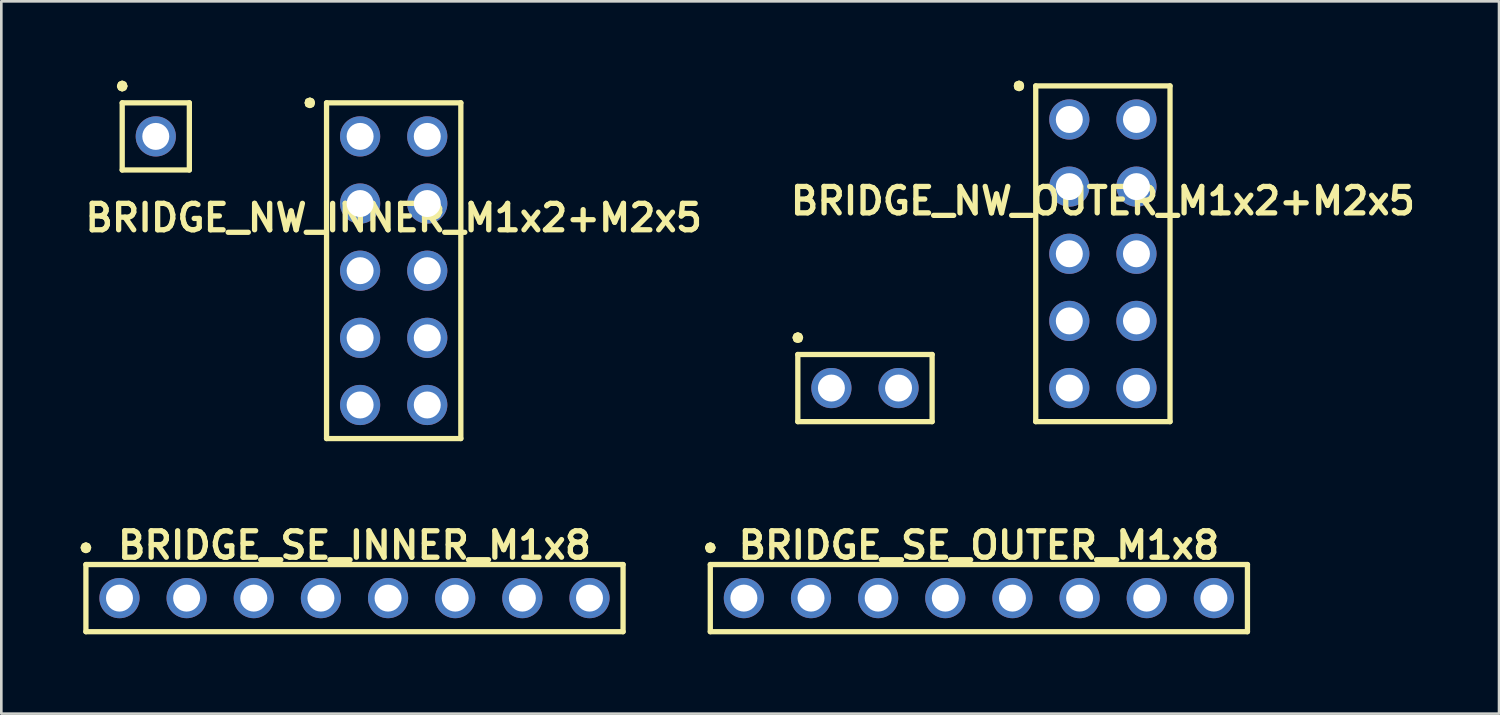
<source format=kicad_pcb>
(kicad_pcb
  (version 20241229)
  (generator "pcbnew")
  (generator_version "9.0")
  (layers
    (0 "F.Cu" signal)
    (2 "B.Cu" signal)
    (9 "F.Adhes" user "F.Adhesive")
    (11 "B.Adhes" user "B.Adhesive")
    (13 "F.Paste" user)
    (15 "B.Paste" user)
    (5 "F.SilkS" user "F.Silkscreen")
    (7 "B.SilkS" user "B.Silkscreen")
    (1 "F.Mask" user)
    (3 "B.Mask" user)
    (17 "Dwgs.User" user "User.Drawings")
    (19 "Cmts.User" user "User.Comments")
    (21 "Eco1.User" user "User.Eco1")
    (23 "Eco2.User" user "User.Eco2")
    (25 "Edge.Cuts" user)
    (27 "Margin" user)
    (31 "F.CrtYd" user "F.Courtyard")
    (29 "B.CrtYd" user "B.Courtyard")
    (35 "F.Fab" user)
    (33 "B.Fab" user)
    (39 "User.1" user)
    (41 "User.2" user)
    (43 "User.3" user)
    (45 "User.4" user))
  (footprint "BRIDGE_SE_OUTER_M1x8"
    (layer "F.Cu")
    (at 33.98 19.576)
    (property "Reference" "BRIDGE_SE_OUTER_M1x8" (at 0 -2 0) (layer "F.SilkS") (effects (font (size 1 1) (thickness 0.2))))
    (attr through_hole)
    (fp_line (start -10.26 -1.91) (end -10.23 -1.83) (stroke (width 0.2) (type solid)) (layer "F.SilkS"))
    (fp_line (start -10.23 -1.98) (end -10.26 -1.91) (stroke (width 0.2) (type solid)) (layer "F.SilkS"))
    (fp_line (start -10.23 -1.83) (end -10.16 -1.8) (stroke (width 0.2) (type solid)) (layer "F.SilkS"))
    (fp_line (start -10.16 -2.01) (end -10.23 -1.98) (stroke (width 0.2) (type solid)) (layer "F.SilkS"))
    (fp_line (start -10.16 -1.8) (end -10.09 -1.83) (stroke (width 0.2) (type solid)) (layer "F.SilkS"))
    (fp_line (start -10.16 -1.27) (end -10.16 1.27) (stroke (width 0.2) (type solid)) (layer "F.SilkS"))
    (fp_line (start -10.16 1.27) (end 10.16 1.27) (stroke (width 0.2) (type solid)) (layer "F.SilkS"))
    (fp_line (start -10.09 -1.98) (end -10.16 -2.01) (stroke (width 0.2) (type solid)) (layer "F.SilkS"))
    (fp_line (start -10.09 -1.83) (end -10.06 -1.91) (stroke (width 0.2) (type solid)) (layer "F.SilkS"))
    (fp_line (start -10.06 -1.91) (end -10.09 -1.98) (stroke (width 0.2) (type solid)) (layer "F.SilkS"))
    (fp_line (start 10.16 -1.27) (end -10.16 -1.27) (stroke (width 0.2) (type solid)) (layer "F.SilkS"))
    (fp_line (start 10.16 1.27) (end 10.16 -1.27) (stroke (width 0.2) (type solid)) (layer "F.SilkS"))
    (pad "1" thru_hole circle (at -8.89 0) (size 1.52 1.52) (drill 1.02) (layers "*.Cu" "*.Mask"))
    (pad "2" thru_hole circle (at -6.35 0) (size 1.52 1.52) (drill 1.02) (layers "*.Cu" "*.Mask"))
    (pad "3" thru_hole circle (at -3.81 0) (size 1.52 1.52) (drill 1.02) (layers "*.Cu" "*.Mask"))
    (pad "4" thru_hole circle (at -1.27 0) (size 1.52 1.52) (drill 1.02) (layers "*.Cu" "*.Mask"))
    (pad "5" thru_hole circle (at 1.27 0) (size 1.52 1.52) (drill 1.02) (layers "*.Cu" "*.Mask"))
    (pad "6" thru_hole circle (at 3.81 0) (size 1.52 1.52) (drill 1.02) (layers "*.Cu" "*.Mask"))
    (pad "7" thru_hole circle (at 6.35 0) (size 1.52 1.52) (drill 1.02) (layers "*.Cu" "*.Mask"))
    (pad "8" thru_hole circle (at 8.89 0) (size 1.52 1.52) (drill 1.02) (layers "*.Cu" "*.Mask")))
  (footprint "BRIDGE_NW_OUTER_M1x2+M2x5"
    (layer "F.Cu")
    (at 38.671 6.55)
    (property "Reference" "BRIDGE_NW_OUTER_M1x2+M2x5" (at 0 -2 0) (layer "F.SilkS") (effects (font (size 1 1) (thickness 0.2))))
    (attr through_hole)
    (fp_line (start -11.64 3.17) (end -11.61 3.25) (stroke (width 0.2) (type solid)) (layer "F.SilkS"))
    (fp_line (start -11.61 3.1) (end -11.64 3.17) (stroke (width 0.2) (type solid)) (layer "F.SilkS"))
    (fp_line (start -11.61 3.25) (end -11.54 3.27) (stroke (width 0.2) (type solid)) (layer "F.SilkS"))
    (fp_line (start -11.54 3.07) (end -11.61 3.1) (stroke (width 0.2) (type solid)) (layer "F.SilkS"))
    (fp_line (start -11.54 3.27) (end -11.47 3.25) (stroke (width 0.2) (type solid)) (layer "F.SilkS"))
    (fp_line (start -11.54 3.81) (end -6.46 3.81) (stroke (width 0.2) (type solid)) (layer "F.SilkS"))
    (fp_line (start -11.54 6.35) (end -11.54 3.81) (stroke (width 0.2) (type solid)) (layer "F.SilkS"))
    (fp_line (start -11.47 3.1) (end -11.54 3.07) (stroke (width 0.2) (type solid)) (layer "F.SilkS"))
    (fp_line (start -11.47 3.25) (end -11.44 3.17) (stroke (width 0.2) (type solid)) (layer "F.SilkS"))
    (fp_line (start -11.44 3.17) (end -11.47 3.1) (stroke (width 0.2) (type solid)) (layer "F.SilkS"))
    (fp_line (start -6.46 3.81) (end -6.46 6.35) (stroke (width 0.2) (type solid)) (layer "F.SilkS"))
    (fp_line (start -6.46 6.35) (end -11.54 6.35) (stroke (width 0.2) (type solid)) (layer "F.SilkS"))
    (fp_line (start -3.27 -6.35) (end -3.25 -6.28) (stroke (width 0.2) (type solid)) (layer "F.SilkS"))
    (fp_line (start -3.25 -6.42) (end -3.27 -6.35) (stroke (width 0.2) (type solid)) (layer "F.SilkS"))
    (fp_line (start -3.25 -6.28) (end -3.17 -6.25) (stroke (width 0.2) (type solid)) (layer "F.SilkS"))
    (fp_line (start -3.17 -6.45) (end -3.25 -6.42) (stroke (width 0.2) (type solid)) (layer "F.SilkS"))
    (fp_line (start -3.17 -6.25) (end -3.1 -6.28) (stroke (width 0.2) (type solid)) (layer "F.SilkS"))
    (fp_line (start -3.1 -6.42) (end -3.17 -6.45) (stroke (width 0.2) (type solid)) (layer "F.SilkS"))
    (fp_line (start -3.1 -6.28) (end -3.08 -6.35) (stroke (width 0.2) (type solid)) (layer "F.SilkS"))
    (fp_line (start -3.08 -6.35) (end -3.1 -6.42) (stroke (width 0.2) (type solid)) (layer "F.SilkS"))
    (fp_line (start -2.54 -6.35) (end 2.54 -6.35) (stroke (width 0.2) (type solid)) (layer "F.SilkS"))
    (fp_line (start -2.54 6.35) (end -2.54 -6.35) (stroke (width 0.2) (type solid)) (layer "F.SilkS"))
    (fp_line (start 2.54 -6.35) (end 2.54 6.35) (stroke (width 0.2) (type solid)) (layer "F.SilkS"))
    (fp_line (start 2.54 6.35) (end -2.54 6.35) (stroke (width 0.2) (type solid)) (layer "F.SilkS"))
    (pad "1" thru_hole circle (at -10.27 5.08) (size 1.52 1.52) (drill 1.02) (layers "*.Cu" "*.Mask"))
    (pad "2" thru_hole circle (at -7.73 5.08) (size 1.52 1.52) (drill 1.02) (layers "*.Cu" "*.Mask"))
    (pad "3" thru_hole circle (at -1.27 -5.08) (size 1.52 1.52) (drill 1.02) (layers "*.Cu" "*.Mask"))
    (pad "4" thru_hole circle (at -1.27 -2.54) (size 1.52 1.52) (drill 1.02) (layers "*.Cu" "*.Mask"))
    (pad "5" thru_hole circle (at -1.27 0) (size 1.52 1.52) (drill 1.02) (layers "*.Cu" "*.Mask"))
    (pad "6" thru_hole circle (at -1.27 2.54) (size 1.52 1.52) (drill 1.02) (layers "*.Cu" "*.Mask"))
    (pad "7" thru_hole circle (at -1.27 5.08) (size 1.52 1.52) (drill 1.02) (layers "*.Cu" "*.Mask"))
    (pad "8" thru_hole circle (at 1.27 -5.08) (size 1.52 1.52) (drill 1.02) (layers "*.Cu" "*.Mask"))
    (pad "9" thru_hole circle (at 1.27 -2.54) (size 1.52 1.52) (drill 1.02) (layers "*.Cu" "*.Mask"))
    (pad "10" thru_hole circle (at 1.27 0) (size 1.52 1.52) (drill 1.02) (layers "*.Cu" "*.Mask"))
    (pad "11" thru_hole circle (at 1.27 2.54) (size 1.52 1.52) (drill 1.02) (layers "*.Cu" "*.Mask"))
    (pad "12" thru_hole circle (at 1.27 5.08) (size 1.52 1.52) (drill 1.02) (layers "*.Cu" "*.Mask")))
  (footprint "BRIDGE_SE_INNER_M1x8"
    (layer "F.Cu")
    (at 10.36 19.576)
    (property "Reference" "BRIDGE_SE_INNER_M1x8" (at 0 -2 0) (layer "F.SilkS") (effects (font (size 1 1) (thickness 0.2))))
    (attr through_hole)
    (fp_line (start -10.26 -1.91) (end -10.23 -1.83) (stroke (width 0.2) (type solid)) (layer "F.SilkS"))
    (fp_line (start -10.23 -1.98) (end -10.26 -1.91) (stroke (width 0.2) (type solid)) (layer "F.SilkS"))
    (fp_line (start -10.23 -1.83) (end -10.16 -1.8) (stroke (width 0.2) (type solid)) (layer "F.SilkS"))
    (fp_line (start -10.16 -2.01) (end -10.23 -1.98) (stroke (width 0.2) (type solid)) (layer "F.SilkS"))
    (fp_line (start -10.16 -1.8) (end -10.09 -1.83) (stroke (width 0.2) (type solid)) (layer "F.SilkS"))
    (fp_line (start -10.16 -1.27) (end -10.16 1.27) (stroke (width 0.2) (type solid)) (layer "F.SilkS"))
    (fp_line (start -10.16 1.27) (end 10.16 1.27) (stroke (width 0.2) (type solid)) (layer "F.SilkS"))
    (fp_line (start -10.09 -1.98) (end -10.16 -2.01) (stroke (width 0.2) (type solid)) (layer "F.SilkS"))
    (fp_line (start -10.09 -1.83) (end -10.06 -1.91) (stroke (width 0.2) (type solid)) (layer "F.SilkS"))
    (fp_line (start -10.06 -1.91) (end -10.09 -1.98) (stroke (width 0.2) (type solid)) (layer "F.SilkS"))
    (fp_line (start 10.16 -1.27) (end -10.16 -1.27) (stroke (width 0.2) (type solid)) (layer "F.SilkS"))
    (fp_line (start 10.16 1.27) (end 10.16 -1.27) (stroke (width 0.2) (type solid)) (layer "F.SilkS"))
    (pad "1" thru_hole circle (at -8.89 0) (size 1.52 1.52) (drill 1.02) (layers "*.Cu" "*.Mask"))
    (pad "2" thru_hole circle (at -6.35 0) (size 1.52 1.52) (drill 1.02) (layers "*.Cu" "*.Mask"))
    (pad "3" thru_hole circle (at -3.81 0) (size 1.52 1.52) (drill 1.02) (layers "*.Cu" "*.Mask"))
    (pad "4" thru_hole circle (at -1.27 0) (size 1.52 1.52) (drill 1.02) (layers "*.Cu" "*.Mask"))
    (pad "5" thru_hole circle (at 1.27 0) (size 1.52 1.52) (drill 1.02) (layers "*.Cu" "*.Mask"))
    (pad "6" thru_hole circle (at 3.81 0) (size 1.52 1.52) (drill 1.02) (layers "*.Cu" "*.Mask"))
    (pad "7" thru_hole circle (at 6.35 0) (size 1.52 1.52) (drill 1.02) (layers "*.Cu" "*.Mask"))
    (pad "8" thru_hole circle (at 8.89 0) (size 1.52 1.52) (drill 1.02) (layers "*.Cu" "*.Mask")))
  (footprint "BRIDGE_NW_INNER_M1x2+M2x5"
    (layer "F.Cu")
    (at 11.843 7.19)
    (property "Reference" "BRIDGE_NW_INNER_M1x2+M2x5" (at 0 -2 0) (layer "F.SilkS") (effects (font (size 1 1) (thickness 0.2))))
    (attr through_hole)
    (fp_line (start -10.37 -6.98) (end -10.34 -6.91) (stroke (width 0.2) (type solid)) (layer "F.SilkS"))
    (fp_line (start -10.34 -7.06) (end -10.37 -6.98) (stroke (width 0.2) (type solid)) (layer "F.SilkS"))
    (fp_line (start -10.34 -6.91) (end -10.27 -6.88) (stroke (width 0.2) (type solid)) (layer "F.SilkS"))
    (fp_line (start -10.27 -7.09) (end -10.34 -7.06) (stroke (width 0.2) (type solid)) (layer "F.SilkS"))
    (fp_line (start -10.27 -6.88) (end -10.2 -6.91) (stroke (width 0.2) (type solid)) (layer "F.SilkS"))
    (fp_line (start -10.27 -6.35) (end -10.27 -3.81) (stroke (width 0.2) (type solid)) (layer "F.SilkS"))
    (fp_line (start -10.27 -3.81) (end -7.73 -3.81) (stroke (width 0.2) (type solid)) (layer "F.SilkS"))
    (fp_line (start -10.2 -7.06) (end -10.27 -7.09) (stroke (width 0.2) (type solid)) (layer "F.SilkS"))
    (fp_line (start -10.2 -6.91) (end -10.17 -6.98) (stroke (width 0.2) (type solid)) (layer "F.SilkS"))
    (fp_line (start -10.17 -6.98) (end -10.2 -7.06) (stroke (width 0.2) (type solid)) (layer "F.SilkS"))
    (fp_line (start -7.73 -6.35) (end -10.27 -6.35) (stroke (width 0.2) (type solid)) (layer "F.SilkS"))
    (fp_line (start -7.73 -3.81) (end -7.73 -6.35) (stroke (width 0.2) (type solid)) (layer "F.SilkS"))
    (fp_line (start -3.27 -6.35) (end -3.25 -6.28) (stroke (width 0.2) (type solid)) (layer "F.SilkS"))
    (fp_line (start -3.25 -6.42) (end -3.27 -6.35) (stroke (width 0.2) (type solid)) (layer "F.SilkS"))
    (fp_line (start -3.25 -6.28) (end -3.17 -6.25) (stroke (width 0.2) (type solid)) (layer "F.SilkS"))
    (fp_line (start -3.17 -6.45) (end -3.25 -6.42) (stroke (width 0.2) (type solid)) (layer "F.SilkS"))
    (fp_line (start -3.17 -6.25) (end -3.1 -6.28) (stroke (width 0.2) (type solid)) (layer "F.SilkS"))
    (fp_line (start -3.1 -6.42) (end -3.17 -6.45) (stroke (width 0.2) (type solid)) (layer "F.SilkS"))
    (fp_line (start -3.1 -6.28) (end -3.08 -6.35) (stroke (width 0.2) (type solid)) (layer "F.SilkS"))
    (fp_line (start -3.08 -6.35) (end -3.1 -6.42) (stroke (width 0.2) (type solid)) (layer "F.SilkS"))
    (fp_line (start -2.54 -6.35) (end -2.54 6.35) (stroke (width 0.2) (type solid)) (layer "F.SilkS"))
    (fp_line (start -2.54 6.35) (end 2.54 6.35) (stroke (width 0.2) (type solid)) (layer "F.SilkS"))
    (fp_line (start 2.54 -6.35) (end -2.54 -6.35) (stroke (width 0.2) (type solid)) (layer "F.SilkS"))
    (fp_line (start 2.54 6.35) (end 2.54 -6.35) (stroke (width 0.2) (type solid)) (layer "F.SilkS"))
    (pad "1" thru_hole circle (at -9 -5.08) (size 1.52 1.52) (drill 1.02) (layers "*.Cu" "*.Mask"))
    (pad "3" thru_hole circle (at -1.27 -5.08) (size 1.52 1.52) (drill 1.02) (layers "*.Cu" "*.Mask"))
    (pad "4" thru_hole circle (at -1.27 -2.54) (size 1.52 1.52) (drill 1.02) (layers "*.Cu" "*.Mask"))
    (pad "5" thru_hole circle (at -1.27 0) (size 1.52 1.52) (drill 1.02) (layers "*.Cu" "*.Mask"))
    (pad "6" thru_hole circle (at -1.27 2.54) (size 1.52 1.52) (drill 1.02) (layers "*.Cu" "*.Mask"))
    (pad "7" thru_hole circle (at -1.27 5.08) (size 1.52 1.52) (drill 1.02) (layers "*.Cu" "*.Mask"))
    (pad "8" thru_hole circle (at 1.27 -5.08) (size 1.52 1.52) (drill 1.02) (layers "*.Cu" "*.Mask"))
    (pad "9" thru_hole circle (at 1.27 -2.54) (size 1.52 1.52) (drill 1.02) (layers "*.Cu" "*.Mask"))
    (pad "10" thru_hole circle (at 1.27 0) (size 1.52 1.52) (drill 1.02) (layers "*.Cu" "*.Mask"))
    (pad "11" thru_hole circle (at 1.27 2.54) (size 1.52 1.52) (drill 1.02) (layers "*.Cu" "*.Mask"))
    (pad "12" thru_hole circle (at 1.27 5.08) (size 1.52 1.52) (drill 1.02) (layers "*.Cu" "*.Mask")))
  (gr_rect
    (start -3 -3)
    (end 53.657 23.946)
    (stroke (width 0.1) (type default))
    (fill no)
    (layer "Edge.Cuts")))
</source>
